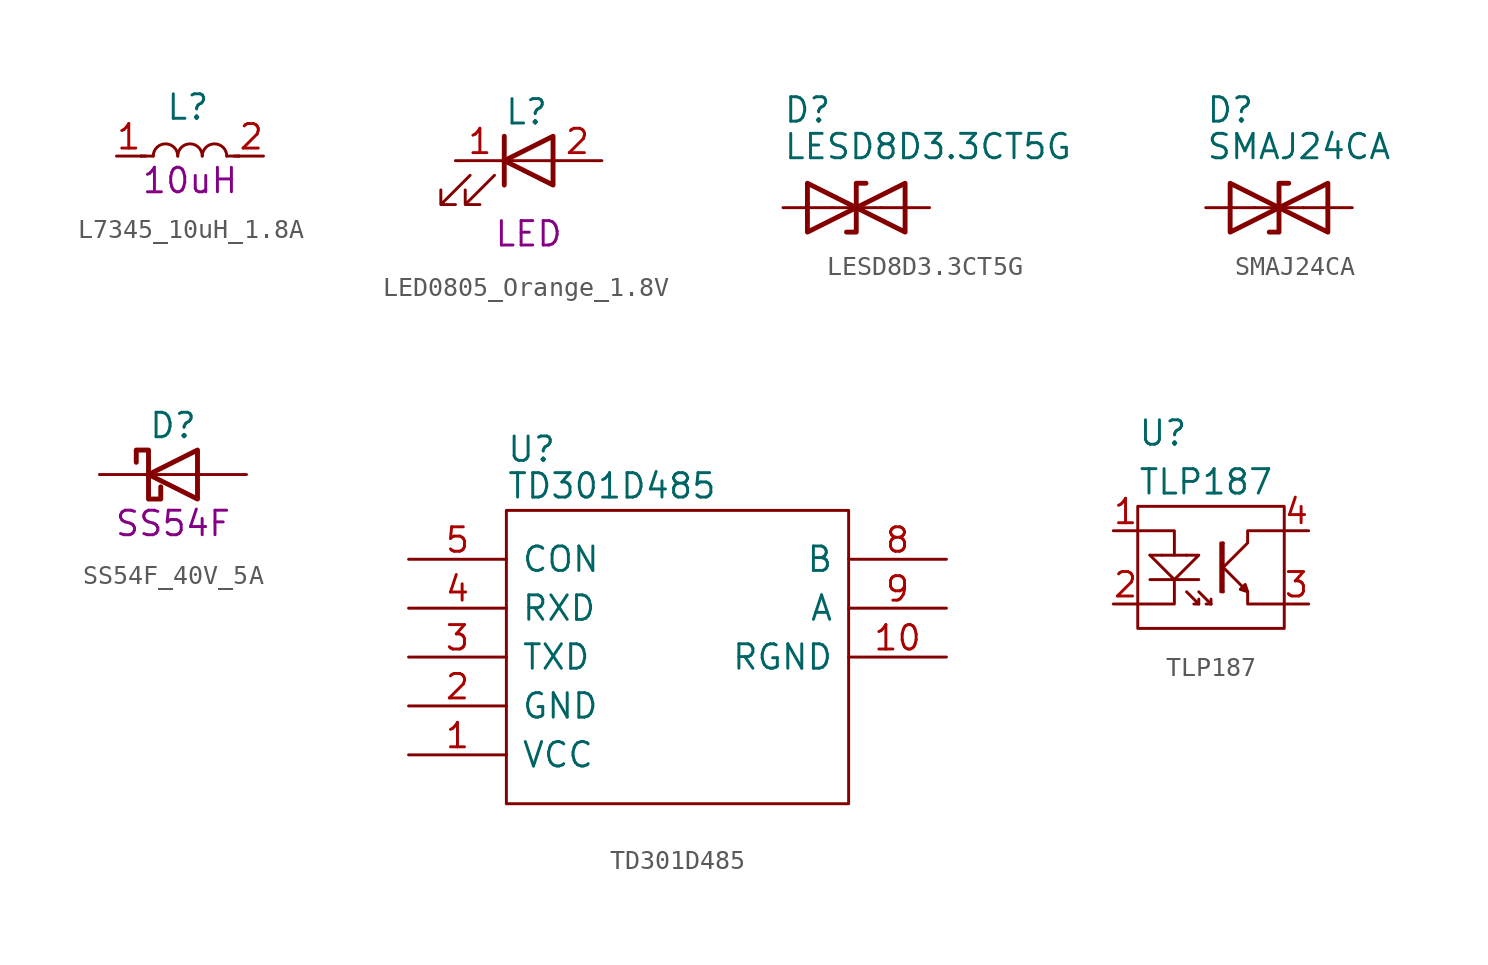
<source format=kicad_sym>
(kicad_symbol_lib
  (version 20211014)
  (generator kicad_symbol_editor)
  (symbol "L7345_10uH_1.8A"
    (pin_names
      (offset 1.016))
    (property "Reference" "L"
      (at -1.27 2.54 0)
      (effects (font (size 1.27 1.27)) (justify left)))
    (property "Symbol" "10uH"
      (at 0 -1.27 0)
      (effects (font (size 1.27 1.27))))
    (symbol "L7345_10uH_1.8A_1_1"
      (arc (start -0.635 0) (mid -1.27 0.635) (end -1.905 0) (stroke (width 0) (type default) (color 0 0 0 0)) (fill (type none)))
      (polyline (pts (xy -2.286 0) (xy -2.54 0)) (stroke (width 0) (type default) (color 0 0 0 0)) (fill (type none)))
      (polyline (pts (xy -1.905 0) (xy -2.54 0)) (stroke (width 0) (type default) (color 0 0 0 0)) (fill (type none)))
      (polyline (pts (xy 1.905 0) (xy 2.54 0)) (stroke (width 0) (type default) (color 0 0 0 0)) (fill (type none)))
      (polyline (pts (xy 2.286 0) (xy 2.54 0)) (stroke (width 0) (type default) (color 0 0 0 0)) (fill (type none)))
      (arc (start 0.635 0) (mid 0 0.635) (end -0.635 0) (stroke (width 0) (type default) (color 0 0 0 0)) (fill (type none)))
      (arc (start 1.905 0) (mid 1.27 0.635) (end 0.635 0) (stroke (width 0) (type default) (color 0 0 0 0)) (fill (type none)))
      (pin passive line (at -3.81 0 0) (length 1.27) (name "~" (effects (font (size 1.27 1.27)))) (number "1" (effects (font (size 1.27 1.27)))))
      (pin passive line (at 3.81 0 180) (length 1.27) (name "~" (effects (font (size 1.27 1.27)))) (number "2" (effects (font (size 1.27 1.27)))))))
  (symbol "LED0805_Orange_1.8V"
    (pin_names
      (offset 1.016))
    (property "Reference" "L"
      (at -1.27 2.54 0)
      (effects (font (size 1.27 1.27)) (justify left)))
    (property "Symbol" "LED"
      (at 0 -3.81 0)
      (effects (font (size 1.27 1.27))))
    (symbol "LED0805_Orange_1.8V_0_1"
      (polyline (pts (xy -1.27 -1.27) (xy -1.27 1.27)) (stroke (width 0.254) (type default) (color 0 0 0 0)) (fill (type none)))
      (polyline (pts (xy -1.27 0) (xy 1.27 0)) (stroke (width 0) (type default) (color 0 0 0 0)) (fill (type none)))
      (polyline (pts (xy 1.27 -1.27) (xy 1.27 1.27) (xy -1.27 0) (xy 1.27 -1.27)) (stroke (width 0.254) (type default) (color 0 0 0 0)) (fill (type none)))
      (polyline (pts (xy -3.048 -0.762) (xy -4.572 -2.286) (xy -3.81 -2.286) (xy -4.572 -2.286) (xy -4.572 -1.524)) (stroke (width 0) (type default) (color 0 0 0 0)) (fill (type none)))
      (polyline (pts (xy -1.778 -0.762) (xy -3.302 -2.286) (xy -2.54 -2.286) (xy -3.302 -2.286) (xy -3.302 -1.524)) (stroke (width 0) (type default) (color 0 0 0 0)) (fill (type none))))
    (symbol "LED0805_Orange_1.8V_1_1"
      (pin passive line (at -3.81 0 0) (length 2.54) (name "~" (effects (font (size 1.27 1.27)))) (number "1" (effects (font (size 1.27 1.27)))))
      (pin passive line (at 3.81 0 180) (length 2.54) (name "~" (effects (font (size 1.27 1.27)))) (number "2" (effects (font (size 1.27 1.27)))))))
  (symbol "LESD8D3.3CT5G"
    (pin_numbers hide)
    (pin_names
      (offset 0.762))
    (property "Reference" "D"
      (at -3.81 5.08 0)
      (effects (font (size 1.27 1.27)) (justify left)))
    (property "Value" "LESD8D3.3CT5G"
      (at -3.81 3.175 0)
      (effects (font (size 1.27 1.27)) (justify left)))
    (symbol "LESD8D3.3CT5G_0_1"
      (polyline (pts (xy 1.27 0) (xy -1.27 0)) (stroke (width 0) (type default) (color 0 0 0 0)) (fill (type none)))
      (polyline (pts (xy 0.508 1.27) (xy 0 1.27) (xy 0 -1.27) (xy -0.508 -1.27)) (stroke (width 0.254) (type default) (color 0 0 0 0)) (fill (type none)))
      (polyline (pts (xy -2.54 1.27) (xy -2.54 -1.27) (xy 2.54 1.27) (xy 2.54 -1.27) (xy -2.54 1.27)) (stroke (width 0.254) (type default) (color 0 0 0 0)) (fill (type none))))
    (symbol "LESD8D3.3CT5G_1_1"
      (pin passive line (at -3.81 0 0) (length 2.54) (name "~" (effects (font (size 1.27 1.27)))) (number "1" (effects (font (size 1.27 1.27)))))
      (pin passive line (at 3.81 0 180) (length 2.54) (name "~" (effects (font (size 1.27 1.27)))) (number "2" (effects (font (size 1.27 1.27)))))))
  (symbol "SMAJ24CA"
    (pin_numbers hide)
    (pin_names
      (offset 0.762))
    (property "Reference" "D"
      (at -3.81 5.08 0)
      (effects (font (size 1.27 1.27)) (justify left)))
    (property "Value" "SMAJ24CA"
      (at -3.81 3.175 0)
      (effects (font (size 1.27 1.27)) (justify left)))
    (symbol "SMAJ24CA_0_1"
      (polyline (pts (xy 1.27 0) (xy -1.27 0)) (stroke (width 0) (type default) (color 0 0 0 0)) (fill (type none)))
      (polyline (pts (xy 0.508 1.27) (xy 0 1.27) (xy 0 -1.27) (xy -0.508 -1.27)) (stroke (width 0.254) (type default) (color 0 0 0 0)) (fill (type none)))
      (polyline (pts (xy -2.54 1.27) (xy -2.54 -1.27) (xy 2.54 1.27) (xy 2.54 -1.27) (xy -2.54 1.27)) (stroke (width 0.254) (type default) (color 0 0 0 0)) (fill (type none))))
    (symbol "SMAJ24CA_1_1"
      (pin passive line (at -3.81 0 0) (length 2.54) (name "~" (effects (font (size 1.27 1.27)))) (number "1" (effects (font (size 1.27 1.27)))))
      (pin passive line (at 3.81 0 180) (length 2.54) (name "~" (effects (font (size 1.27 1.27)))) (number "2" (effects (font (size 1.27 1.27)))))))
  (symbol "SS54F_40V_5A"
    (pin_numbers hide)
    (pin_names
      (offset 1.016) hide)
    (property "Reference" "D"
      (at 0 2.54 0)
      (effects (font (size 1.27 1.27))))
    (property "Symbol" "SS54F"
      (at 0 -2.54 0)
      (effects (font (size 1.27 1.27))))
    (symbol "SS54F_40V_5A_0_1"
      (polyline (pts (xy 1.27 0) (xy -1.27 0)) (stroke (width 0) (type default) (color 0 0 0 0)) (fill (type none)))
      (polyline (pts (xy 1.27 1.27) (xy 1.27 -1.27) (xy -1.27 0) (xy 1.27 1.27)) (stroke (width 0.254) (type default) (color 0 0 0 0)) (fill (type none)))
      (polyline (pts (xy -1.905 0.635) (xy -1.905 1.27) (xy -1.27 1.27) (xy -1.27 -1.27) (xy -0.635 -1.27) (xy -0.635 -0.635)) (stroke (width 0.254) (type default) (color 0 0 0 0)) (fill (type none))))
    (symbol "SS54F_40V_5A_1_1"
      (pin passive line (at -3.81 0 0) (length 2.54) (name "K" (effects (font (size 1.27 1.27)))) (number "1" (effects (font (size 1.27 1.27)))))
      (pin passive line (at 3.81 0 180) (length 2.54) (name "A" (effects (font (size 1.27 1.27)))) (number "2" (effects (font (size 1.27 1.27)))))))
  (symbol "TD301D485"
    (pin_names
      (offset 0.762))
    (property "Reference" "U"
      (at -8.89 10.795 0)
      (effects (font (size 1.27 1.27)) (justify left)))
    (property "Value" "TD301D485"
      (at -8.89 8.89 0)
      (effects (font (size 1.27 1.27)) (justify left)))
    (symbol "TD301D485_0_0"
      (pin passive line (at -13.97 -5.08 0) (length 5.08) (name "VCC" (effects (font (size 1.27 1.27)))) (number "1" (effects (font (size 1.27 1.27)))))
      (pin passive line (at 13.97 0 180) (length 5.08) (name "RGND" (effects (font (size 1.27 1.27)))) (number "10" (effects (font (size 1.27 1.27)))))
      (pin passive line (at -13.97 -2.54 0) (length 5.08) (name "GND" (effects (font (size 1.27 1.27)))) (number "2" (effects (font (size 1.27 1.27)))))
      (pin passive line (at -13.97 0 0) (length 5.08) (name "TXD" (effects (font (size 1.27 1.27)))) (number "3" (effects (font (size 1.27 1.27)))))
      (pin passive line (at -13.97 2.54 0) (length 5.08) (name "RXD" (effects (font (size 1.27 1.27)))) (number "4" (effects (font (size 1.27 1.27)))))
      (pin passive line (at -13.97 5.08 0) (length 5.08) (name "CON" (effects (font (size 1.27 1.27)))) (number "5" (effects (font (size 1.27 1.27)))))
      (pin passive line (at 13.97 5.08 180) (length 5.08) (name "B" (effects (font (size 1.27 1.27)))) (number "8" (effects (font (size 1.27 1.27)))))
      (pin passive line (at 13.97 2.54 180) (length 5.08) (name "A" (effects (font (size 1.27 1.27)))) (number "9" (effects (font (size 1.27 1.27))))))
    (symbol "TD301D485_0_1"
      (polyline (pts (xy -8.89 7.62) (xy 8.89 7.62) (xy 8.89 -7.62) (xy -8.89 -7.62) (xy -8.89 7.62)) (stroke (width 0.152) (type default) (color 0 0 0 0)) (fill (type none)))))
  (symbol "TLP187"
    (pin_names
      (offset 1.016))
    (property "Reference" "U"
      (at -3.81 6.35 0)
      (effects (font (size 1.27 1.27)) (justify left)))
    (property "Value" "TLP187"
      (at -3.81 3.81 0)
      (effects (font (size 1.27 1.27)) (justify left)))
    (symbol "TLP187_0_0"
      (pin passive line (at -5.08 1.27 0) (length 1.27) (name "~" (effects (font (size 1.27 1.27)))) (number "1" (effects (font (size 1.27 1.27)))))
      (pin passive line (at -5.08 -2.54 0) (length 1.27) (name "~" (effects (font (size 1.27 1.27)))) (number "2" (effects (font (size 1.27 1.27))))))
    (symbol "TLP187_0_1"
      (rectangle (start -3.81 2.54) (end 3.81 -3.81) (stroke (width 0) (type default) (color 0 0 0 0)) (fill (type none)))
      (polyline (pts (xy -3.175 -1.27) (xy -0.635 -1.27)) (stroke (width 0) (type default) (color 0 0 0 0)) (fill (type none)))
      (polyline (pts (xy -2.54 0) (xy -3.175 0)) (stroke (width 0) (type default) (color 0 0 0 0)) (fill (type none)))
      (polyline (pts (xy -2.54 0) (xy -1.27 0)) (stroke (width 0) (type default) (color 0 0 0 0)) (fill (type none)))
      (polyline (pts (xy -1.905 -1.27) (xy -3.175 0)) (stroke (width 0) (type default) (color 0 0 0 0)) (fill (type none)))
      (polyline (pts (xy -1.27 -1.905) (xy -0.635 -2.54)) (stroke (width 0) (type default) (color 0 0 0 0)) (fill (type none)))
      (polyline (pts (xy -0.635 -1.905) (xy 0 -2.54)) (stroke (width 0) (type default) (color 0 0 0 0)) (fill (type none)))
      (polyline (pts (xy 0 -2.54) (xy -0.254 -2.54)) (stroke (width 0) (type default) (color 0 0 0 0)) (fill (type none)))
      (polyline (pts (xy 0 -2.54) (xy 0 -2.286)) (stroke (width 0) (type default) (color 0 0 0 0)) (fill (type none)))
      (polyline (pts (xy 0.635 -0.635) (xy 1.905 -1.905)) (stroke (width 0) (type default) (color 0 0 0 0)) (fill (type none)))
      (polyline (pts (xy 0.635 0.635) (xy 0.635 -1.905)) (stroke (width 0) (type default) (color 0 0 0 0)) (fill (type none)))
      (polyline (pts (xy -3.81 1.27) (xy -1.905 1.27) (xy -1.905 0)) (stroke (width 0) (type default) (color 0 0 0 0)) (fill (type none)))
      (polyline (pts (xy -1.905 -1.27) (xy -1.905 -2.54) (xy -3.81 -2.54)) (stroke (width 0) (type default) (color 0 0 0 0)) (fill (type none)))
      (polyline (pts (xy -1.27 0) (xy -0.635 0) (xy -1.905 -1.27)) (stroke (width 0) (type default) (color 0 0 0 0)) (fill (type none)))
      (polyline (pts (xy 1.905 -1.905) (xy 1.905 -2.54) (xy 3.81 -2.54)) (stroke (width 0) (type default) (color 0 0 0 0)) (fill (type none)))
      (polyline (pts (xy -0.635 -2.54) (xy -0.889 -2.54) (xy -0.635 -2.54) (xy -0.635 -2.286)) (stroke (width 0) (type default) (color 0 0 0 0)) (fill (type none)))
      (polyline (pts (xy 0.635 -0.635) (xy 1.905 0.635) (xy 1.905 1.27) (xy 3.81 1.27)) (stroke (width 0) (type default) (color 0 0 0 0)) (fill (type none)))
      (polyline (pts (xy 0.635 0.635) (xy 0.508 0.635) (xy 0.508 -1.905) (xy 0.635 -1.905)) (stroke (width 0) (type default) (color 0 0 0 0)) (fill (type none)))
      (polyline (pts (xy 1.905 -1.905) (xy 1.524 -1.778) (xy 1.778 -1.524) (xy 1.905 -1.905)) (stroke (width 0) (type default) (color 0 0 0 0)) (fill (type none))))
    (symbol "TLP187_1_1"
      (pin passive line (at 5.08 -2.54 180) (length 1.27) (name "~" (effects (font (size 1.27 1.27)))) (number "3" (effects (font (size 1.27 1.27)))))
      (pin passive line (at 5.08 1.27 180) (length 1.27) (name "~" (effects (font (size 1.27 1.27)))) (number "4" (effects (font (size 1.27 1.27))))))))
</source>
